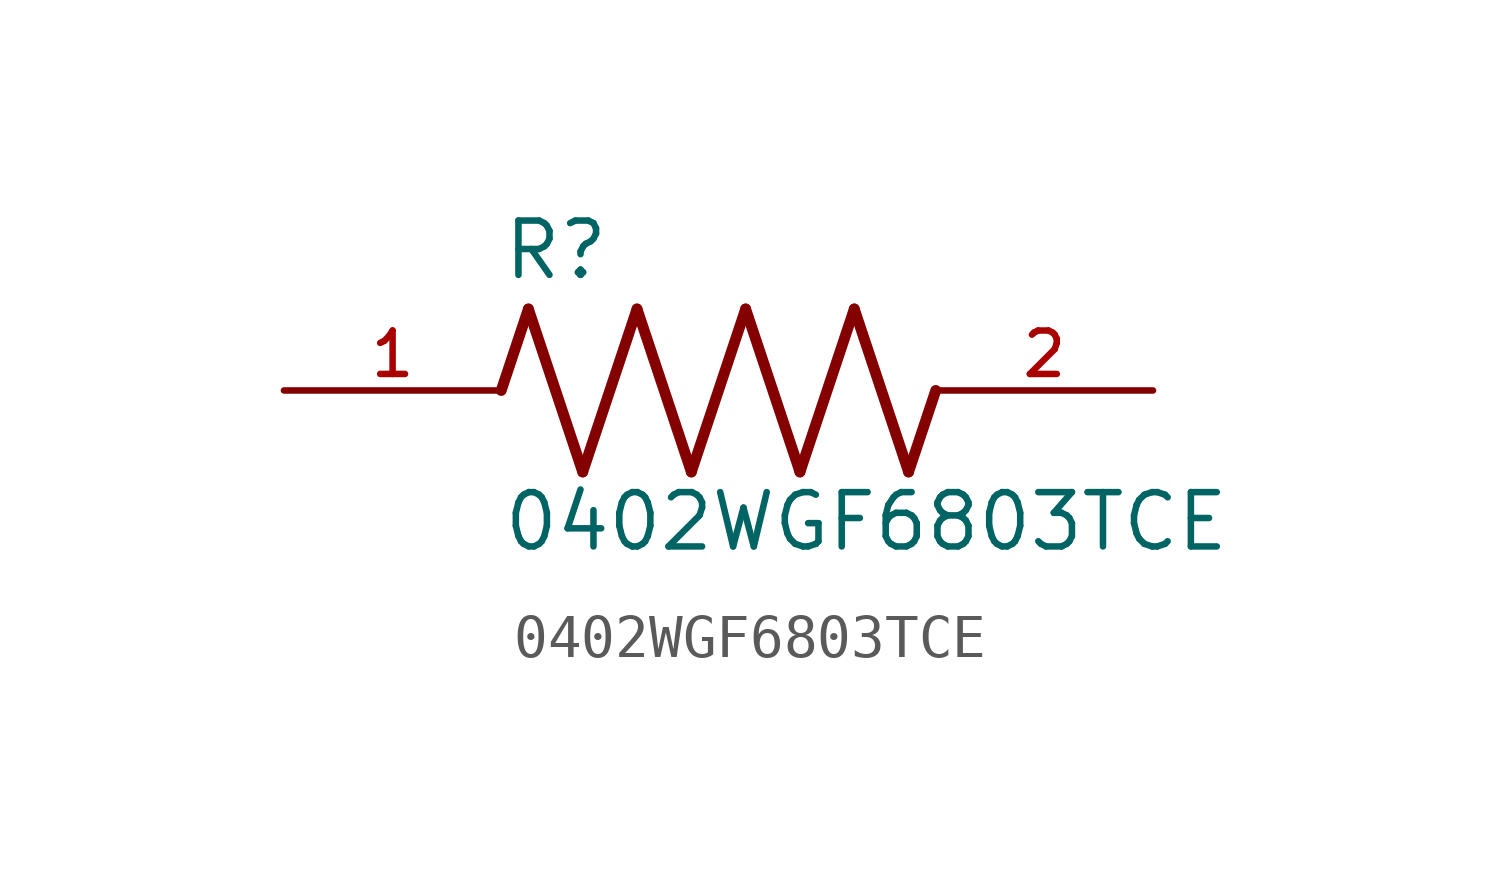
<source format=kicad_sym>
(kicad_symbol_lib
  (version 20211014)
  (generator kicad_symbol_editor)
  (symbol "0402WGF6803TCE"
    (pin_names
      (offset 1.016))
    (property "Reference" "R"
      (at -5.08 2.54 0)
      (effects (font (size 1.27 1.27)) (justify bottom left)))
    (property "Value" "0402WGF6803TCE"
      (at -5.08 -3.81 0)
      (effects (font (size 1.27 1.27)) (justify bottom left)))
    (symbol "0402WGF6803TCE_0_0"
      (polyline (pts (xy -5.08 0.0) (xy -4.445 1.905)) (stroke (width 0.254)))
      (polyline (pts (xy -4.445 1.905) (xy -3.175 -1.905)) (stroke (width 0.254)))
      (polyline (pts (xy -3.175 -1.905) (xy -1.905 1.905)) (stroke (width 0.254)))
      (polyline (pts (xy -1.905 1.905) (xy -0.635 -1.905)) (stroke (width 0.254)))
      (polyline (pts (xy -0.635 -1.905) (xy 0.635 1.905)) (stroke (width 0.254)))
      (polyline (pts (xy 0.635 1.905) (xy 1.905 -1.905)) (stroke (width 0.254)))
      (polyline (pts (xy 1.905 -1.905) (xy 3.175 1.905)) (stroke (width 0.254)))
      (polyline (pts (xy 3.175 1.905) (xy 4.445 -1.905)) (stroke (width 0.254)))
      (polyline (pts (xy 4.445 -1.905) (xy 5.08 0.0)) (stroke (width 0.254)))
      (pin passive line (at -10.16 0.0 0) (length 5.08) (name "~" (effects (font (size 1.016 1.016)))) (number "1" (effects (font (size 1.016 1.016)))))
      (pin passive line (at 10.16 0.0 180.0) (length 5.08) (name "~" (effects (font (size 1.016 1.016)))) (number "2" (effects (font (size 1.016 1.016))))))))
</source>
